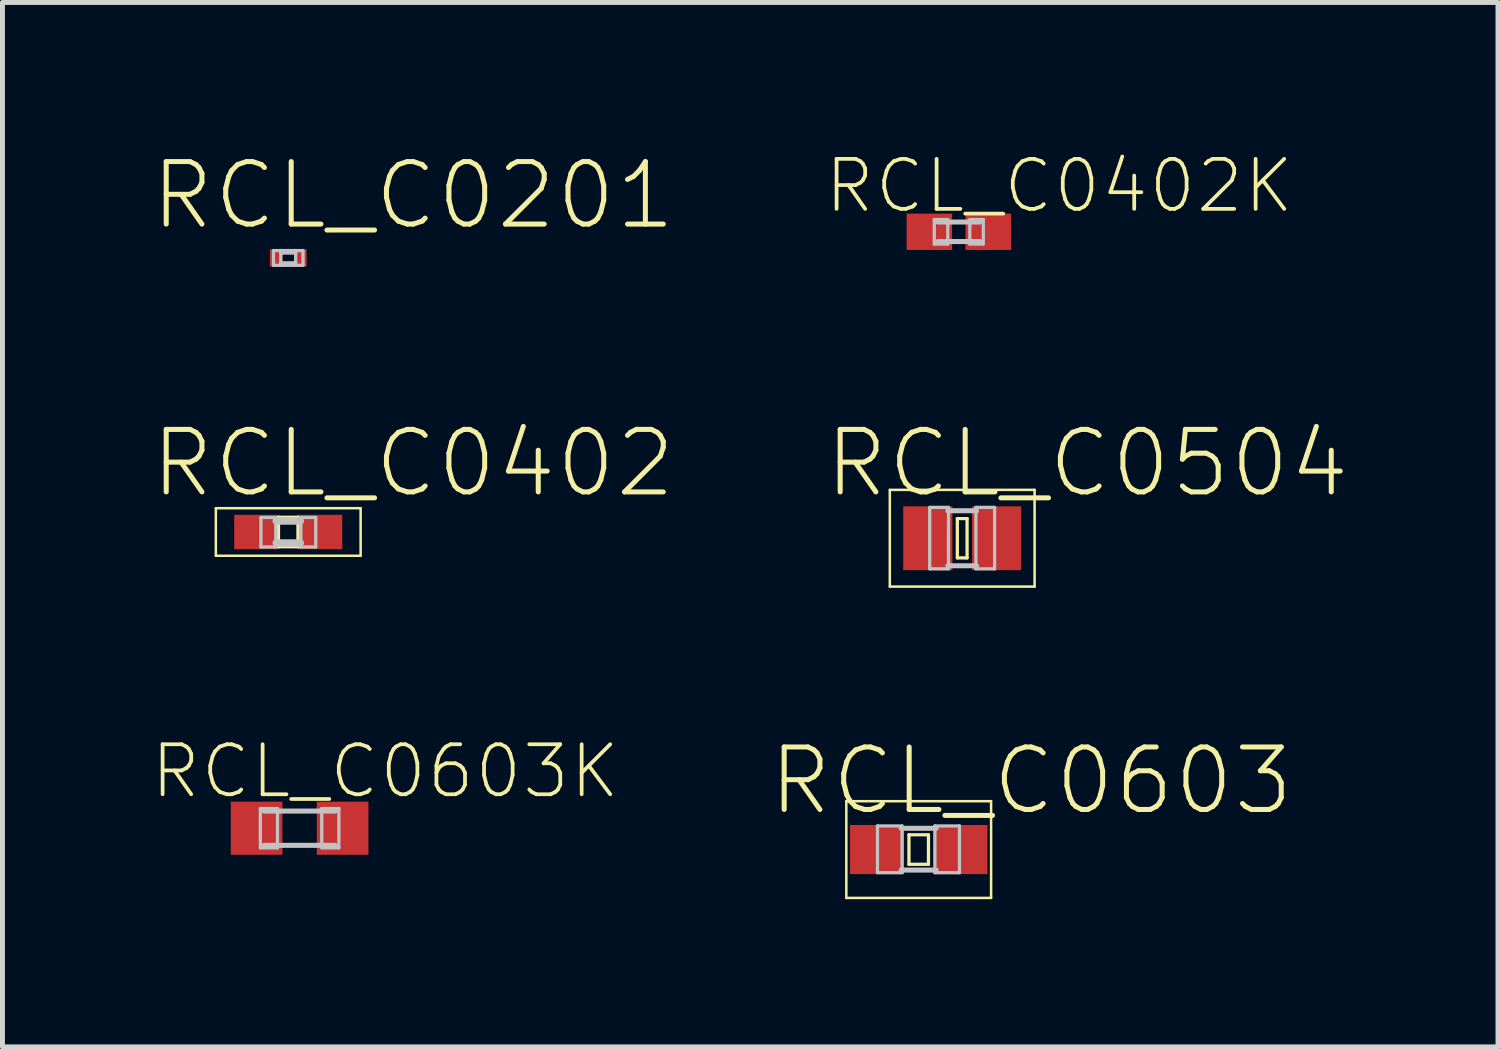
<source format=kicad_pcb>
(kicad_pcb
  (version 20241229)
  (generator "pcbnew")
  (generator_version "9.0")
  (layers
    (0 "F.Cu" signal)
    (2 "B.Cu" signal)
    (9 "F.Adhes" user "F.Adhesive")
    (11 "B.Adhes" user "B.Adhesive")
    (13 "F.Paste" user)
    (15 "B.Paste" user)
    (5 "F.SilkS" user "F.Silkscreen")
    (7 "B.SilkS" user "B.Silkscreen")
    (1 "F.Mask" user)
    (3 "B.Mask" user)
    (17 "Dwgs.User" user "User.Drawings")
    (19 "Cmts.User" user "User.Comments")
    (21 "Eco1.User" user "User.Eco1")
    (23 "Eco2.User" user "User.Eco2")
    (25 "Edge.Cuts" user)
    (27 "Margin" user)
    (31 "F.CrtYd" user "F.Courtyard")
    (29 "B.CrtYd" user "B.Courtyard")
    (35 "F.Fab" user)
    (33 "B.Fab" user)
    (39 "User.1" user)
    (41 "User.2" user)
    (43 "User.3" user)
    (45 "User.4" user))
  (footprint "RCL_C0603K"
    (layer "F.Cu")
    (at 3.038 13.779)
    (property "Reference" "RCL_C0603K" (at 1.74 -1.156 0) (layer "F.SilkS") (effects (font (size 1.016 1.016) (thickness 0.076))))
    (attr smd)
    (fp_line (start -0.798 -0.399) (end -0.45 -0.399) (stroke (width 0.066) (type solid)) (layer "Dwgs.User"))
    (fp_line (start -0.798 0.399) (end -0.798 -0.399) (stroke (width 0.066) (type solid)) (layer "Dwgs.User"))
    (fp_line (start -0.798 0.399) (end -0.45 0.399) (stroke (width 0.066) (type solid)) (layer "Dwgs.User"))
    (fp_line (start -0.724 -0.348) (end 0.724 -0.348) (stroke (width 0.102) (type solid)) (layer "Dwgs.User"))
    (fp_line (start -0.45 0.399) (end -0.45 -0.399) (stroke (width 0.066) (type solid)) (layer "Dwgs.User"))
    (fp_line (start 0.45 -0.399) (end 0.798 -0.399) (stroke (width 0.066) (type solid)) (layer "Dwgs.User"))
    (fp_line (start 0.45 0.399) (end 0.45 -0.399) (stroke (width 0.066) (type solid)) (layer "Dwgs.User"))
    (fp_line (start 0.45 0.399) (end 0.798 0.399) (stroke (width 0.066) (type solid)) (layer "Dwgs.User"))
    (fp_line (start 0.724 0.348) (end -0.724 0.348) (stroke (width 0.102) (type solid)) (layer "Dwgs.User"))
    (fp_line (start 0.798 0.399) (end 0.798 -0.399) (stroke (width 0.066) (type solid)) (layer "Dwgs.User"))
    (pad "1" smd rect (at -0.874 0) (size 1.049 1.079) (layers "F.Cu" "F.Mask" "F.Paste"))
    (pad "2" smd rect (at 0.874 0) (size 1.049 1.079) (layers "F.Cu" "F.Mask" "F.Paste")))
  (footprint "RCL_C0402"
    (layer "F.Cu")
    (at 2.807 7.76)
    (property "Reference" "RCL_C0402" (at 2.54 -1.397 0) (layer "F.SilkS") (effects (font (size 1.27 1.27) (thickness 0.102))))
    (attr smd)
    (fp_line (start -1.471 -0.483) (end 1.471 -0.483) (stroke (width 0.051) (type solid)) (layer "F.SilkS"))
    (fp_line (start -1.471 0.483) (end -1.471 -0.483) (stroke (width 0.051) (type solid)) (layer "F.SilkS"))
    (fp_line (start -0.198 -0.3) (end 0.198 -0.3) (stroke (width 0.066) (type solid)) (layer "F.SilkS"))
    (fp_line (start -0.198 0.3) (end -0.198 -0.3) (stroke (width 0.066) (type solid)) (layer "F.SilkS"))
    (fp_line (start -0.198 0.3) (end 0.198 0.3) (stroke (width 0.066) (type solid)) (layer "F.SilkS"))
    (fp_line (start 0.198 0.3) (end 0.198 -0.3) (stroke (width 0.066) (type solid)) (layer "F.SilkS"))
    (fp_line (start 1.471 -0.483) (end 1.471 0.483) (stroke (width 0.051) (type solid)) (layer "F.SilkS"))
    (fp_line (start 1.471 0.483) (end -1.471 0.483) (stroke (width 0.051) (type solid)) (layer "F.SilkS"))
    (fp_line (start -0.554 -0.295) (end -0.254 -0.295) (stroke (width 0.066) (type solid)) (layer "Dwgs.User"))
    (fp_line (start -0.554 0.305) (end -0.554 -0.295) (stroke (width 0.066) (type solid)) (layer "Dwgs.User"))
    (fp_line (start -0.554 0.305) (end -0.254 0.305) (stroke (width 0.066) (type solid)) (layer "Dwgs.User"))
    (fp_line (start -0.254 0.305) (end -0.254 -0.295) (stroke (width 0.066) (type solid)) (layer "Dwgs.User"))
    (fp_line (start -0.244 -0.224) (end 0.244 -0.224) (stroke (width 0.152) (type solid)) (layer "Dwgs.User"))
    (fp_line (start 0.244 0.224) (end -0.244 0.224) (stroke (width 0.152) (type solid)) (layer "Dwgs.User"))
    (fp_line (start 0.257 -0.295) (end 0.559 -0.295) (stroke (width 0.066) (type solid)) (layer "Dwgs.User"))
    (fp_line (start 0.257 0.305) (end 0.257 -0.295) (stroke (width 0.066) (type solid)) (layer "Dwgs.User"))
    (fp_line (start 0.257 0.305) (end 0.559 0.305) (stroke (width 0.066) (type solid)) (layer "Dwgs.User"))
    (fp_line (start 0.559 0.305) (end 0.559 -0.295) (stroke (width 0.066) (type solid)) (layer "Dwgs.User"))
    (pad "1" smd rect (at -0.648 0) (size 0.899 0.699) (layers "F.Cu" "F.Mask" "F.Paste"))
    (pad "2" smd rect (at 0.648 0) (size 0.899 0.699) (layers "F.Cu" "F.Mask" "F.Paste")))
  (footprint "RCL_C0504"
    (layer "F.Cu")
    (at 16.502 7.887)
    (property "Reference" "RCL_C0504" (at 2.54 -1.524 0) (layer "F.SilkS") (effects (font (size 1.27 1.27) (thickness 0.102))))
    (attr smd)
    (fp_line (start -1.471 -0.983) (end 1.471 -0.983) (stroke (width 0.051) (type solid)) (layer "F.SilkS"))
    (fp_line (start -1.471 0.983) (end -1.471 -0.983) (stroke (width 0.051) (type solid)) (layer "F.SilkS"))
    (fp_line (start -0.099 -0.399) (end 0.099 -0.399) (stroke (width 0.066) (type solid)) (layer "F.SilkS"))
    (fp_line (start -0.099 0.399) (end -0.099 -0.399) (stroke (width 0.066) (type solid)) (layer "F.SilkS"))
    (fp_line (start -0.099 0.399) (end 0.099 0.399) (stroke (width 0.066) (type solid)) (layer "F.SilkS"))
    (fp_line (start 0.099 0.399) (end 0.099 -0.399) (stroke (width 0.066) (type solid)) (layer "F.SilkS"))
    (fp_line (start 1.471 -0.983) (end 1.471 0.983) (stroke (width 0.051) (type solid)) (layer "F.SilkS"))
    (fp_line (start 1.471 0.983) (end -1.471 0.983) (stroke (width 0.051) (type solid)) (layer "F.SilkS"))
    (fp_line (start -0.66 -0.627) (end -0.279 -0.627) (stroke (width 0.066) (type solid)) (layer "Dwgs.User"))
    (fp_line (start -0.66 0.622) (end -0.66 -0.627) (stroke (width 0.066) (type solid)) (layer "Dwgs.User"))
    (fp_line (start -0.66 0.622) (end -0.279 0.622) (stroke (width 0.066) (type solid)) (layer "Dwgs.User"))
    (fp_line (start -0.292 -0.559) (end 0.292 -0.559) (stroke (width 0.102) (type solid)) (layer "Dwgs.User"))
    (fp_line (start -0.292 0.559) (end 0.292 0.559) (stroke (width 0.102) (type solid)) (layer "Dwgs.User"))
    (fp_line (start -0.279 0.622) (end -0.279 -0.627) (stroke (width 0.066) (type solid)) (layer "Dwgs.User"))
    (fp_line (start 0.279 -0.627) (end 0.658 -0.627) (stroke (width 0.066) (type solid)) (layer "Dwgs.User"))
    (fp_line (start 0.279 0.622) (end 0.279 -0.627) (stroke (width 0.066) (type solid)) (layer "Dwgs.User"))
    (fp_line (start 0.279 0.622) (end 0.658 0.622) (stroke (width 0.066) (type solid)) (layer "Dwgs.User"))
    (fp_line (start 0.658 0.622) (end 0.658 -0.627) (stroke (width 0.066) (type solid)) (layer "Dwgs.User"))
    (pad "1" smd rect (at -0.699 0) (size 0.998 1.298) (layers "F.Cu" "F.Mask" "F.Paste"))
    (pad "2" smd rect (at 0.699 0) (size 0.998 1.298) (layers "F.Cu" "F.Mask" "F.Paste")))
  (footprint "RCL_C0402K"
    (layer "F.Cu")
    (at 16.433 1.66)
    (property "Reference" "RCL_C0402K" (at 2.04 -0.932 0) (layer "F.SilkS") (effects (font (size 1.016 1.016) (thickness 0.076))))
    (attr smd)
    (fp_line (start -0.498 -0.249) (end -0.224 -0.249) (stroke (width 0.066) (type solid)) (layer "Dwgs.User"))
    (fp_line (start -0.498 0.249) (end -0.498 -0.249) (stroke (width 0.066) (type solid)) (layer "Dwgs.User"))
    (fp_line (start -0.498 0.249) (end -0.224 0.249) (stroke (width 0.066) (type solid)) (layer "Dwgs.User"))
    (fp_line (start -0.424 -0.198) (end 0.424 -0.198) (stroke (width 0.102) (type solid)) (layer "Dwgs.User"))
    (fp_line (start -0.224 0.249) (end -0.224 -0.249) (stroke (width 0.066) (type solid)) (layer "Dwgs.User"))
    (fp_line (start 0.224 -0.249) (end 0.498 -0.249) (stroke (width 0.066) (type solid)) (layer "Dwgs.User"))
    (fp_line (start 0.224 0.249) (end 0.224 -0.249) (stroke (width 0.066) (type solid)) (layer "Dwgs.User"))
    (fp_line (start 0.224 0.249) (end 0.498 0.249) (stroke (width 0.066) (type solid)) (layer "Dwgs.User"))
    (fp_line (start 0.424 0.198) (end -0.424 0.198) (stroke (width 0.102) (type solid)) (layer "Dwgs.User"))
    (fp_line (start 0.498 0.249) (end 0.498 -0.249) (stroke (width 0.066) (type solid)) (layer "Dwgs.User"))
    (pad "1" smd rect (at -0.599 0) (size 0.925 0.739) (layers "F.Cu" "F.Mask" "F.Paste"))
    (pad "2" smd rect (at 0.599 0) (size 0.925 0.739) (layers "F.Cu" "F.Mask" "F.Paste")))
  (footprint "RCL_C0603"
    (layer "F.Cu")
    (at 15.618 14.213)
    (property "Reference" "RCL_C0603" (at 2.286 -1.397 0) (layer "F.SilkS") (effects (font (size 1.27 1.27) (thickness 0.102))))
    (attr smd)
    (fp_line (start -1.471 -0.983) (end 1.471 -0.983) (stroke (width 0.051) (type solid)) (layer "F.SilkS"))
    (fp_line (start -1.471 0.983) (end -1.471 -0.983) (stroke (width 0.051) (type solid)) (layer "F.SilkS"))
    (fp_line (start -0.198 -0.3) (end 0.198 -0.3) (stroke (width 0.066) (type solid)) (layer "F.SilkS"))
    (fp_line (start -0.198 0.3) (end -0.198 -0.3) (stroke (width 0.066) (type solid)) (layer "F.SilkS"))
    (fp_line (start -0.198 0.3) (end 0.198 0.3) (stroke (width 0.066) (type solid)) (layer "F.SilkS"))
    (fp_line (start 0.198 0.3) (end 0.198 -0.3) (stroke (width 0.066) (type solid)) (layer "F.SilkS"))
    (fp_line (start 1.471 -0.983) (end 1.471 0.983) (stroke (width 0.051) (type solid)) (layer "F.SilkS"))
    (fp_line (start 1.471 0.983) (end -1.471 0.983) (stroke (width 0.051) (type solid)) (layer "F.SilkS"))
    (fp_line (start -0.838 -0.48) (end -0.338 -0.48) (stroke (width 0.066) (type solid)) (layer "Dwgs.User"))
    (fp_line (start -0.838 0.47) (end -0.838 -0.48) (stroke (width 0.066) (type solid)) (layer "Dwgs.User"))
    (fp_line (start -0.838 0.47) (end -0.338 0.47) (stroke (width 0.066) (type solid)) (layer "Dwgs.User"))
    (fp_line (start -0.356 -0.432) (end 0.356 -0.432) (stroke (width 0.102) (type solid)) (layer "Dwgs.User"))
    (fp_line (start -0.356 0.417) (end 0.356 0.417) (stroke (width 0.102) (type solid)) (layer "Dwgs.User"))
    (fp_line (start -0.338 0.47) (end -0.338 -0.48) (stroke (width 0.066) (type solid)) (layer "Dwgs.User"))
    (fp_line (start 0.33 -0.48) (end 0.828 -0.48) (stroke (width 0.066) (type solid)) (layer "Dwgs.User"))
    (fp_line (start 0.33 0.47) (end 0.33 -0.48) (stroke (width 0.066) (type solid)) (layer "Dwgs.User"))
    (fp_line (start 0.33 0.47) (end 0.828 0.47) (stroke (width 0.066) (type solid)) (layer "Dwgs.User"))
    (fp_line (start 0.828 0.47) (end 0.828 -0.48) (stroke (width 0.066) (type solid)) (layer "Dwgs.User"))
    (pad "1" smd rect (at -0.848 0) (size 1.1 0.998) (layers "F.Cu" "F.Mask" "F.Paste"))
    (pad "2" smd rect (at 0.848 0) (size 1.1 0.998) (layers "F.Cu" "F.Mask" "F.Paste")))
  (footprint "RCL_C0201"
    (layer "F.Cu")
    (at 2.807 2.191)
    (property "Reference" "RCL_C0201" (at 2.54 -1.27 0) (layer "F.SilkS") (effects (font (size 1.27 1.27) (thickness 0.102))))
    (attr smd)
    (fp_line (start -0.3 -0.15) (end -0.15 -0.15) (stroke (width 0.066) (type solid)) (layer "Dwgs.User"))
    (fp_line (start -0.3 0.15) (end -0.3 -0.15) (stroke (width 0.066) (type solid)) (layer "Dwgs.User"))
    (fp_line (start -0.3 0.15) (end -0.15 0.15) (stroke (width 0.066) (type solid)) (layer "Dwgs.User"))
    (fp_line (start -0.15 -0.15) (end 0.15 -0.15) (stroke (width 0.066) (type solid)) (layer "Dwgs.User"))
    (fp_line (start -0.15 -0.099) (end -0.15 -0.15) (stroke (width 0.066) (type solid)) (layer "Dwgs.User"))
    (fp_line (start -0.15 -0.099) (end 0.15 -0.099) (stroke (width 0.066) (type solid)) (layer "Dwgs.User"))
    (fp_line (start -0.15 0.099) (end 0.15 0.099) (stroke (width 0.066) (type solid)) (layer "Dwgs.User"))
    (fp_line (start -0.15 0.15) (end -0.15 -0.15) (stroke (width 0.066) (type solid)) (layer "Dwgs.User"))
    (fp_line (start -0.15 0.15) (end -0.15 0.099) (stroke (width 0.066) (type solid)) (layer "Dwgs.User"))
    (fp_line (start -0.15 0.15) (end 0.15 0.15) (stroke (width 0.066) (type solid)) (layer "Dwgs.User"))
    (fp_line (start 0.15 -0.15) (end 0.3 -0.15) (stroke (width 0.066) (type solid)) (layer "Dwgs.User"))
    (fp_line (start 0.15 -0.099) (end 0.15 -0.15) (stroke (width 0.066) (type solid)) (layer "Dwgs.User"))
    (fp_line (start 0.15 0.15) (end 0.15 -0.15) (stroke (width 0.066) (type solid)) (layer "Dwgs.User"))
    (fp_line (start 0.15 0.15) (end 0.15 0.099) (stroke (width 0.066) (type solid)) (layer "Dwgs.User"))
    (fp_line (start 0.15 0.15) (end 0.3 0.15) (stroke (width 0.066) (type solid)) (layer "Dwgs.User"))
    (fp_line (start 0.3 0.15) (end 0.3 -0.15) (stroke (width 0.066) (type solid)) (layer "Dwgs.User"))
    (pad "1" smd rect (at -0.249 0) (size 0.249 0.348) (layers "F.Cu" "F.Mask" "F.Paste"))
    (pad "2" smd rect (at 0.249 0) (size 0.249 0.348) (layers "F.Cu" "F.Mask" "F.Paste")))
  (gr_rect
    (start -3 -3)
    (end 27.389 18.222)
    (stroke (width 0.1) (type default))
    (fill no)
    (layer "Edge.Cuts")))
</source>
